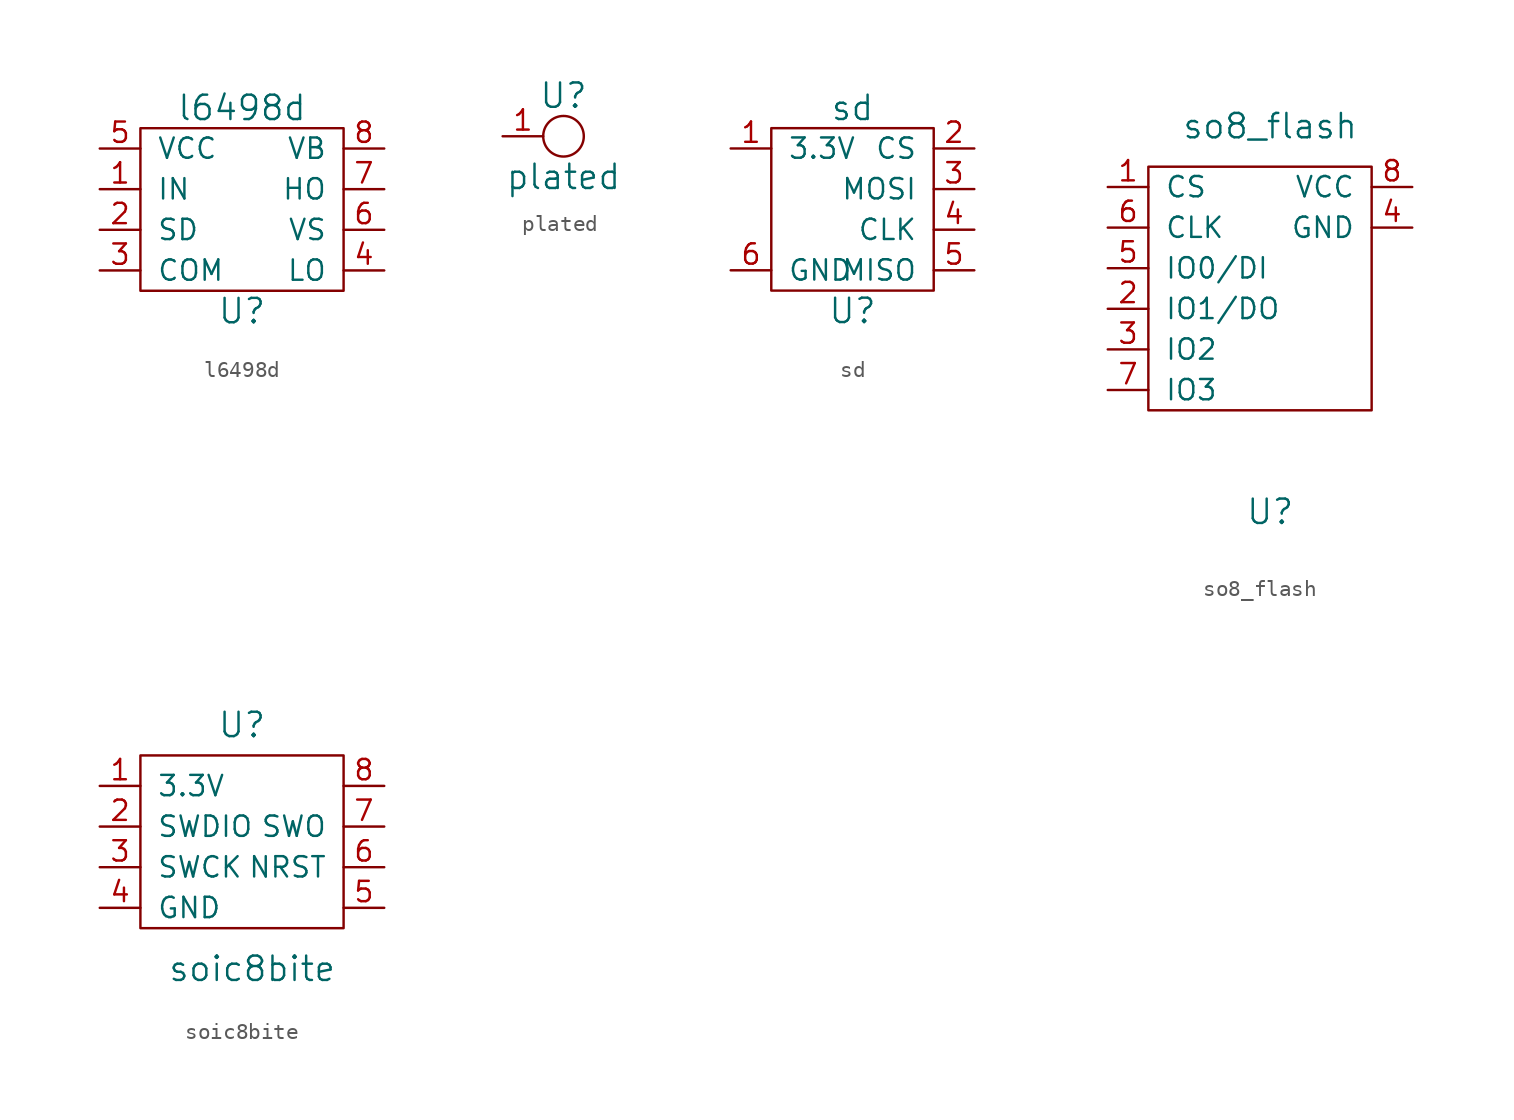
<source format=kicad_sym>
(kicad_symbol_lib
  (version 20211014)
  (generator kicad_symbol_editor)
  (symbol "l6498d"
    (pin_names
      (offset 1.016))
    (property "Reference" "U"
      (at 0 -6.35 0)
      (effects (font (size 1.524 1.524))))
    (property "Value" "l6498d"
      (at 0 6.35 0)
      (effects (font (size 1.524 1.524))))
    (symbol "l6498d_0_1"
      (rectangle (start -6.35 5.08) (end 6.35 -5.08) (stroke (width 0) (type default) (color 0 0 0 0)) (fill (type none))))
    (symbol "l6498d_1_1"
      (pin input line (at -8.89 1.27 0) (length 2.54) (name "IN" (effects (font (size 1.27 1.27)))) (number "1" (effects (font (size 1.27 1.27)))))
      (pin input line (at -8.89 -1.27 0) (length 2.54) (name "SD" (effects (font (size 1.27 1.27)))) (number "2" (effects (font (size 1.27 1.27)))))
      (pin power_in line (at -8.89 -3.81 0) (length 2.54) (name "COM" (effects (font (size 1.27 1.27)))) (number "3" (effects (font (size 1.27 1.27)))))
      (pin power_out line (at 8.89 -3.81 180) (length 2.54) (name "LO" (effects (font (size 1.27 1.27)))) (number "4" (effects (font (size 1.27 1.27)))))
      (pin power_in line (at -8.89 3.81 0) (length 2.54) (name "VCC" (effects (font (size 1.27 1.27)))) (number "5" (effects (font (size 1.27 1.27)))))
      (pin power_in line (at 8.89 -1.27 180) (length 2.54) (name "VS" (effects (font (size 1.27 1.27)))) (number "6" (effects (font (size 1.27 1.27)))))
      (pin power_out line (at 8.89 1.27 180) (length 2.54) (name "HO" (effects (font (size 1.27 1.27)))) (number "7" (effects (font (size 1.27 1.27)))))
      (pin power_in line (at 8.89 3.81 180) (length 2.54) (name "VB" (effects (font (size 1.27 1.27)))) (number "8" (effects (font (size 1.27 1.27)))))))
  (symbol "plated"
    (pin_names
      (offset 1.016))
    (property "Reference" "U"
      (at 0 2.54 0)
      (effects (font (size 1.524 1.524))))
    (property "Value" "plated"
      (at 0 -2.54 0)
      (effects (font (size 1.524 1.524))))
    (symbol "plated_0_1"
      (circle (center 0 0) (radius 1.27) (stroke (width 0) (type default) (color 0 0 0 0)) (fill (type none))))
    (symbol "plated_1_1"
      (pin unspecified line (at -3.81 0 0) (length 2.54) (name "~" (effects (font (size 1.27 1.27)))) (number "1" (effects (font (size 1.27 1.27)))))))
  (symbol "sd"
    (pin_names
      (offset 1.016))
    (property "Reference" "U"
      (at 0 -5.08 0)
      (effects (font (size 1.524 1.524))))
    (property "Value" "sd"
      (at 0 7.62 0)
      (effects (font (size 1.524 1.524))))
    (symbol "sd_0_1"
      (rectangle (start -5.08 6.35) (end 5.08 -3.81) (stroke (width 0) (type default) (color 0 0 0 0)) (fill (type none))))
    (symbol "sd_1_1"
      (pin power_in line (at -7.62 5.08 0) (length 2.54) (name "3.3V" (effects (font (size 1.27 1.27)))) (number "1" (effects (font (size 1.27 1.27)))))
      (pin input line (at 7.62 5.08 180) (length 2.54) (name "CS" (effects (font (size 1.27 1.27)))) (number "2" (effects (font (size 1.27 1.27)))))
      (pin input line (at 7.62 2.54 180) (length 2.54) (name "MOSI" (effects (font (size 1.27 1.27)))) (number "3" (effects (font (size 1.27 1.27)))))
      (pin input line (at 7.62 0 180) (length 2.54) (name "CLK" (effects (font (size 1.27 1.27)))) (number "4" (effects (font (size 1.27 1.27)))))
      (pin output line (at 7.62 -2.54 180) (length 2.54) (name "MISO" (effects (font (size 1.27 1.27)))) (number "5" (effects (font (size 1.27 1.27)))))
      (pin power_in line (at -7.62 -2.54 0) (length 2.54) (name "GND" (effects (font (size 1.27 1.27)))) (number "6" (effects (font (size 1.27 1.27)))))))
  (symbol "so8_flash"
    (pin_names
      (offset 1.016))
    (property "Reference" "U"
      (at 0 -12.7 0)
      (effects (font (size 1.524 1.524))))
    (property "Value" "so8_flash"
      (at 0 11.43 0)
      (effects (font (size 1.524 1.524))))
    (symbol "so8_flash_0_1"
      (polyline (pts (xy -7.62 8.89) (xy -7.62 -6.35) (xy 6.35 -6.35) (xy 6.35 8.89) (xy -7.62 8.89)) (stroke (width 0) (type default) (color 0 0 0 0)) (fill (type none))))
    (symbol "so8_flash_1_1"
      (pin input line (at -10.16 7.62 0) (length 2.54) (name "CS" (effects (font (size 1.27 1.27)))) (number "1" (effects (font (size 1.27 1.27)))))
      (pin bidirectional line (at -10.16 0 0) (length 2.54) (name "IO1/DO" (effects (font (size 1.27 1.27)))) (number "2" (effects (font (size 1.27 1.27)))))
      (pin bidirectional line (at -10.16 -2.54 0) (length 2.54) (name "IO2" (effects (font (size 1.27 1.27)))) (number "3" (effects (font (size 1.27 1.27)))))
      (pin power_in line (at 8.89 5.08 180) (length 2.54) (name "GND" (effects (font (size 1.27 1.27)))) (number "4" (effects (font (size 1.27 1.27)))))
      (pin bidirectional line (at -10.16 2.54 0) (length 2.54) (name "IO0/DI" (effects (font (size 1.27 1.27)))) (number "5" (effects (font (size 1.27 1.27)))))
      (pin input line (at -10.16 5.08 0) (length 2.54) (name "CLK" (effects (font (size 1.27 1.27)))) (number "6" (effects (font (size 1.27 1.27)))))
      (pin bidirectional line (at -10.16 -5.08 0) (length 2.54) (name "IO3" (effects (font (size 1.27 1.27)))) (number "7" (effects (font (size 1.27 1.27)))))
      (pin power_in line (at 8.89 7.62 180) (length 2.54) (name "VCC" (effects (font (size 1.27 1.27)))) (number "8" (effects (font (size 1.27 1.27)))))))
  (symbol "soic8bite"
    (pin_names
      (offset 1.016))
    (property "Reference" "U"
      (at 0 7.62 0)
      (effects (font (size 1.524 1.524))))
    (property "Value" "soic8bite"
      (at 0.635 -7.62 0)
      (effects (font (size 1.524 1.524))))
    (symbol "soic8bite_0_1"
      (rectangle (start -6.35 5.715) (end 6.35 -5.08) (stroke (width 0) (type default) (color 0 0 0 0)) (fill (type none))))
    (symbol "soic8bite_1_1"
      (pin input line (at -8.89 3.81 0) (length 2.54) (name "3.3V" (effects (font (size 1.27 1.27)))) (number "1" (effects (font (size 1.27 1.27)))))
      (pin input line (at -8.89 1.27 0) (length 2.54) (name "SWDIO" (effects (font (size 1.27 1.27)))) (number "2" (effects (font (size 1.27 1.27)))))
      (pin input line (at -8.89 -1.27 0) (length 2.54) (name "SWCK" (effects (font (size 1.27 1.27)))) (number "3" (effects (font (size 1.27 1.27)))))
      (pin input line (at -8.89 -3.81 0) (length 2.54) (name "GND" (effects (font (size 1.27 1.27)))) (number "4" (effects (font (size 1.27 1.27)))))
      (pin input line (at 8.89 -3.81 180) (length 2.54) (name "~" (effects (font (size 1.27 1.27)))) (number "5" (effects (font (size 1.27 1.27)))))
      (pin input line (at 8.89 -1.27 180) (length 2.54) (name "NRST" (effects (font (size 1.27 1.27)))) (number "6" (effects (font (size 1.27 1.27)))))
      (pin input line (at 8.89 1.27 180) (length 2.54) (name "SWO" (effects (font (size 1.27 1.27)))) (number "7" (effects (font (size 1.27 1.27)))))
      (pin input line (at 8.89 3.81 180) (length 2.54) (name "~" (effects (font (size 1.27 1.27)))) (number "8" (effects (font (size 1.27 1.27))))))))
</source>
